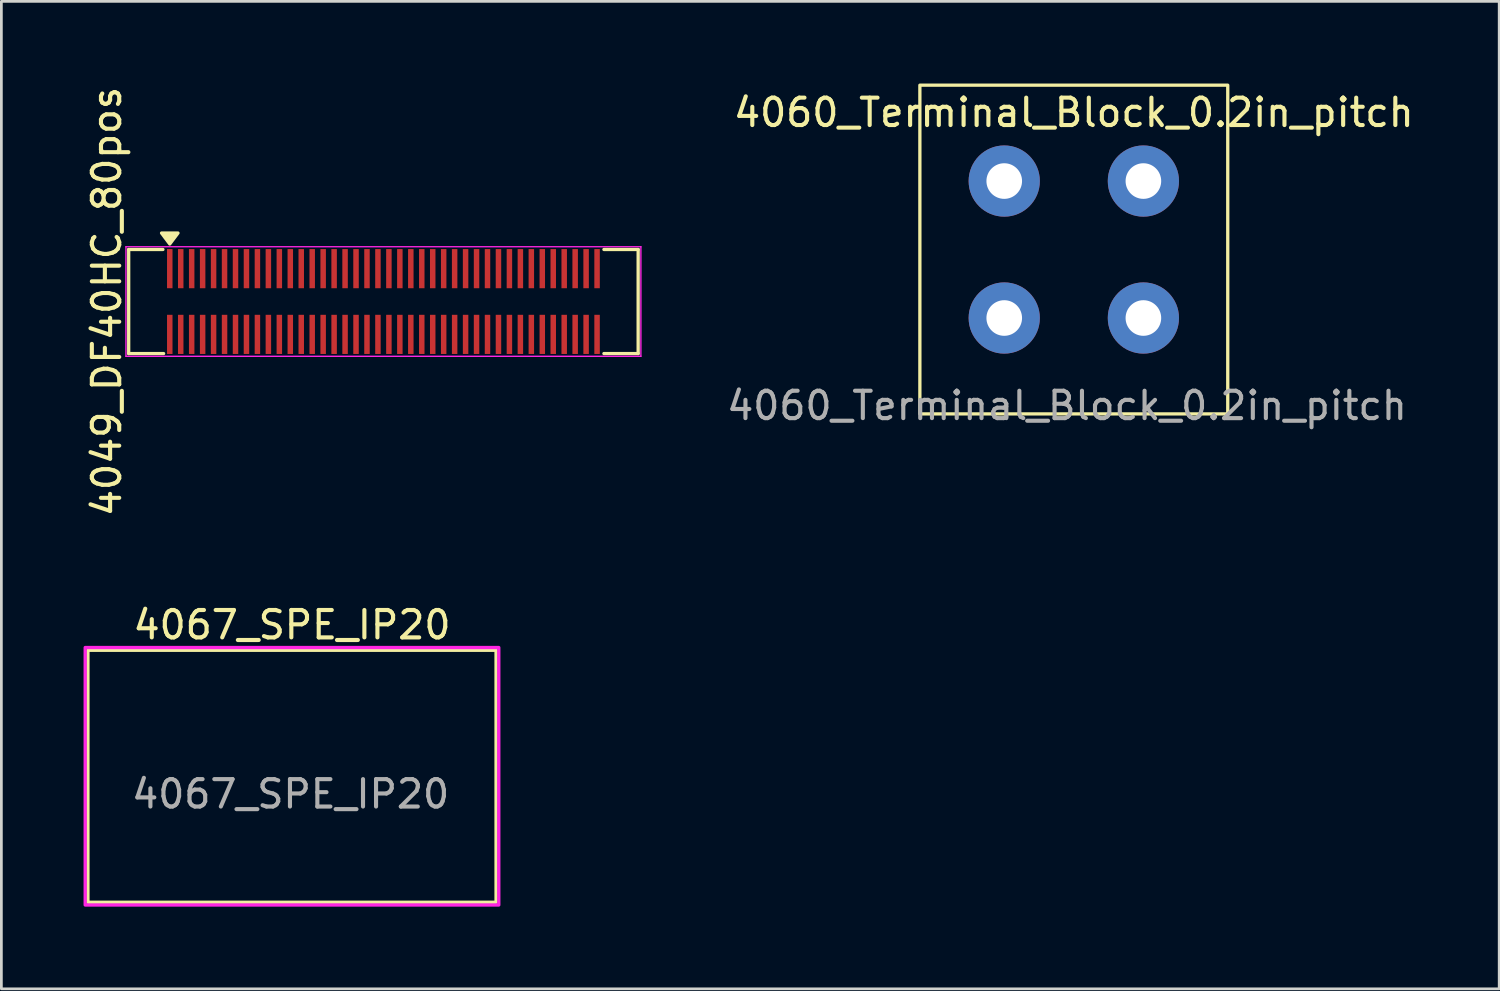
<source format=kicad_pcb>
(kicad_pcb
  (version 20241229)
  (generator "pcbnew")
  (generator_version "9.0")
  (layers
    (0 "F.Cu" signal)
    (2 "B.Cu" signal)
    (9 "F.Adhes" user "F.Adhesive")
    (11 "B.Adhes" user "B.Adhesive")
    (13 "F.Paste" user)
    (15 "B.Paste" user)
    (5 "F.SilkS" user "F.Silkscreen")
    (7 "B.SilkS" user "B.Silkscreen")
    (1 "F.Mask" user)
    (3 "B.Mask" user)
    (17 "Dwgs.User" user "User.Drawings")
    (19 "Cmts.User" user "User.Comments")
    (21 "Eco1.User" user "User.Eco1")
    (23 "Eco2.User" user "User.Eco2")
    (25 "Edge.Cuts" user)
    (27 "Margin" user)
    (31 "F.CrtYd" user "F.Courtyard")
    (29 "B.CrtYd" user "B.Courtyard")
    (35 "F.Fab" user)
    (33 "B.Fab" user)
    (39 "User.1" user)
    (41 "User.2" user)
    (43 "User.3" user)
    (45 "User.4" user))
  (footprint "4060_Terminal_Block_0.2in_pitch"
    (layer "F.Cu")
    (at 36.153 6.06)
    (property "Reference" "4060_Terminal_Block_0.2in_pitch" (at 0 -5 0) (unlocked yes) (layer "F.SilkS") (effects (font (size 1 1) (thickness 0.15))))
    (attr through_hole)
    (fp_rect (start -5.62 -6) (end 5.62 6) (stroke (width 0.12) (type solid)) (fill no) (layer "F.SilkS"))
    (fp_text user "${REFERENCE}" (at -0.25 5.7 0) (unlocked yes) (layer "F.Fab") (effects (font (size 1 1) (thickness 0.15))))
    (pad "1" thru_hole circle (at -2.54 -2.5) (size 2.6 2.6) (drill 1.3) (layers "*.Cu" "*.Mask"))
    (pad "1" thru_hole circle (at -2.54 2.5) (size 2.6 2.6) (drill 1.3) (layers "*.Cu" "*.Mask"))
    (pad "2" thru_hole circle (at 2.54 -2.5) (size 2.6 2.6) (drill 1.3) (layers "*.Cu" "*.Mask"))
    (pad "2" thru_hole circle (at 2.54 2.5) (size 2.6 2.6) (drill 1.3) (layers "*.Cu" "*.Mask")))
  (footprint "4049_DF40HC_80pos"
    (layer "F.Cu")
    (at 10.948 7.958)
    (property "Reference" "4049_DF40HC_80pos" (at -10.1 0 90) (layer "F.SilkS") (effects (font (size 1 1) (thickness 0.15))))
    (attr smd)
    (fp_line (start -9.3 -1.9) (end -9.3 1.9) (stroke (width 0.12) (type solid)) (layer "F.SilkS"))
    (fp_line (start -8.05 -1.9) (end -9.3 -1.9) (stroke (width 0.12) (type solid)) (layer "F.SilkS"))
    (fp_line (start -8.025 1.9) (end -9.3 1.9) (stroke (width 0.12) (type solid)) (layer "F.SilkS"))
    (fp_line (start 9.3 -1.9) (end 8.05 -1.9) (stroke (width 0.12) (type solid)) (layer "F.SilkS"))
    (fp_line (start 9.3 -1.9) (end 9.3 1.9) (stroke (width 0.12) (type solid)) (layer "F.SilkS"))
    (fp_line (start 9.3 1.9) (end 8.05 1.9) (stroke (width 0.12) (type solid)) (layer "F.SilkS"))
    (fp_poly (pts (xy -7.8 -2.1) (xy -8.1 -2.5) (xy -7.5 -2.5)) (stroke (width 0.12) (type solid)) (fill yes) (layer "F.SilkS"))
    (fp_line (start -9.4 -2) (end -9.4 2) (stroke (width 0.05) (type solid)) (layer "F.CrtYd"))
    (fp_line (start -9.4 -2) (end 9.4 -2) (stroke (width 0.05) (type solid)) (layer "F.CrtYd"))
    (fp_line (start -9.4 2) (end 9.4 2) (stroke (width 0.05) (type solid)) (layer "F.CrtYd"))
    (fp_line (start 9.4 -2) (end 9.4 2) (stroke (width 0.05) (type solid)) (layer "F.CrtYd"))
    (pad "1" smd rect (at -7.8 -1.2) (size 0.2 1.43) (layers "F.Cu" "F.Mask" "F.Paste"))
    (pad "2" smd rect (at -7.8 1.2) (size 0.2 1.43) (layers "F.Cu" "F.Mask" "F.Paste"))
    (pad "3" smd rect (at -7.4 -1.2) (size 0.2 1.43) (layers "F.Cu" "F.Mask" "F.Paste"))
    (pad "4" smd rect (at -7.4 1.2) (size 0.2 1.43) (layers "F.Cu" "F.Mask" "F.Paste"))
    (pad "5" smd rect (at -7 -1.2) (size 0.2 1.43) (layers "F.Cu" "F.Mask" "F.Paste"))
    (pad "6" smd rect (at -7 1.2) (size 0.2 1.43) (layers "F.Cu" "F.Mask" "F.Paste"))
    (pad "7" smd rect (at -6.6 -1.2) (size 0.2 1.43) (layers "F.Cu" "F.Mask" "F.Paste"))
    (pad "8" smd rect (at -6.6 1.2) (size 0.2 1.43) (layers "F.Cu" "F.Mask" "F.Paste"))
    (pad "9" smd rect (at -6.2 -1.2) (size 0.2 1.43) (layers "F.Cu" "F.Mask" "F.Paste"))
    (pad "10" smd rect (at -6.2 1.2) (size 0.2 1.43) (layers "F.Cu" "F.Mask" "F.Paste"))
    (pad "11" smd rect (at -5.8 -1.2) (size 0.2 1.43) (layers "F.Cu" "F.Mask" "F.Paste"))
    (pad "12" smd rect (at -5.8 1.2) (size 0.2 1.43) (layers "F.Cu" "F.Mask" "F.Paste"))
    (pad "13" smd rect (at -5.4 -1.2) (size 0.2 1.43) (layers "F.Cu" "F.Mask" "F.Paste"))
    (pad "14" smd rect (at -5.4 1.2) (size 0.2 1.43) (layers "F.Cu" "F.Mask" "F.Paste"))
    (pad "15" smd rect (at -5 -1.2) (size 0.2 1.43) (layers "F.Cu" "F.Mask" "F.Paste"))
    (pad "16" smd rect (at -5 1.2) (size 0.2 1.43) (layers "F.Cu" "F.Mask" "F.Paste"))
    (pad "17" smd rect (at -4.6 -1.2) (size 0.2 1.43) (layers "F.Cu" "F.Mask" "F.Paste"))
    (pad "18" smd rect (at -4.6 1.2) (size 0.2 1.43) (layers "F.Cu" "F.Mask" "F.Paste"))
    (pad "19" smd rect (at -4.2 -1.2) (size 0.2 1.43) (layers "F.Cu" "F.Mask" "F.Paste"))
    (pad "20" smd rect (at -4.2 1.2) (size 0.2 1.43) (layers "F.Cu" "F.Mask" "F.Paste"))
    (pad "21" smd rect (at -3.8 -1.2) (size 0.2 1.43) (layers "F.Cu" "F.Mask" "F.Paste"))
    (pad "22" smd rect (at -3.8 1.2) (size 0.2 1.43) (layers "F.Cu" "F.Mask" "F.Paste"))
    (pad "23" smd rect (at -3.4 -1.2) (size 0.2 1.43) (layers "F.Cu" "F.Mask" "F.Paste"))
    (pad "24" smd rect (at -3.4 1.2) (size 0.2 1.43) (layers "F.Cu" "F.Mask" "F.Paste"))
    (pad "25" smd rect (at -3 -1.2) (size 0.2 1.43) (layers "F.Cu" "F.Mask" "F.Paste"))
    (pad "26" smd rect (at -3 1.2) (size 0.2 1.43) (layers "F.Cu" "F.Mask" "F.Paste"))
    (pad "27" smd rect (at -2.6 -1.2) (size 0.2 1.43) (layers "F.Cu" "F.Mask" "F.Paste"))
    (pad "28" smd rect (at -2.6 1.2) (size 0.2 1.43) (layers "F.Cu" "F.Mask" "F.Paste"))
    (pad "29" smd rect (at -2.2 -1.2) (size 0.2 1.43) (layers "F.Cu" "F.Mask" "F.Paste"))
    (pad "30" smd rect (at -2.2 1.2) (size 0.2 1.43) (layers "F.Cu" "F.Mask" "F.Paste"))
    (pad "31" smd rect (at -1.8 -1.2) (size 0.2 1.43) (layers "F.Cu" "F.Mask" "F.Paste"))
    (pad "32" smd rect (at -1.8 1.2) (size 0.2 1.43) (layers "F.Cu" "F.Mask" "F.Paste"))
    (pad "33" smd rect (at -1.4 -1.2) (size 0.2 1.43) (layers "F.Cu" "F.Mask" "F.Paste"))
    (pad "34" smd rect (at -1.4 1.2) (size 0.2 1.43) (layers "F.Cu" "F.Mask" "F.Paste"))
    (pad "35" smd rect (at -1 -1.2) (size 0.2 1.43) (layers "F.Cu" "F.Mask" "F.Paste"))
    (pad "36" smd rect (at -1 1.2) (size 0.2 1.43) (layers "F.Cu" "F.Mask" "F.Paste"))
    (pad "37" smd rect (at -0.6 -1.2) (size 0.2 1.43) (layers "F.Cu" "F.Mask" "F.Paste"))
    (pad "38" smd rect (at -0.6 1.2) (size 0.2 1.43) (layers "F.Cu" "F.Mask" "F.Paste"))
    (pad "39" smd rect (at -0.2 -1.2) (size 0.2 1.43) (layers "F.Cu" "F.Mask" "F.Paste"))
    (pad "40" smd rect (at -0.2 1.2) (size 0.2 1.43) (layers "F.Cu" "F.Mask" "F.Paste"))
    (pad "41" smd rect (at 0.2 -1.2) (size 0.2 1.43) (layers "F.Cu" "F.Mask" "F.Paste"))
    (pad "42" smd rect (at 0.2 1.2) (size 0.2 1.43) (layers "F.Cu" "F.Mask" "F.Paste"))
    (pad "43" smd rect (at 0.6 -1.2) (size 0.2 1.43) (layers "F.Cu" "F.Mask" "F.Paste"))
    (pad "44" smd rect (at 0.6 1.2) (size 0.2 1.43) (layers "F.Cu" "F.Mask" "F.Paste"))
    (pad "45" smd rect (at 1 -1.2) (size 0.2 1.43) (layers "F.Cu" "F.Mask" "F.Paste"))
    (pad "46" smd rect (at 1 1.2) (size 0.2 1.43) (layers "F.Cu" "F.Mask" "F.Paste"))
    (pad "47" smd rect (at 1.4 -1.2) (size 0.2 1.43) (layers "F.Cu" "F.Mask" "F.Paste"))
    (pad "48" smd rect (at 1.4 1.2) (size 0.2 1.43) (layers "F.Cu" "F.Mask" "F.Paste"))
    (pad "49" smd rect (at 1.8 -1.2) (size 0.2 1.43) (layers "F.Cu" "F.Mask" "F.Paste"))
    (pad "50" smd rect (at 1.8 1.2) (size 0.2 1.43) (layers "F.Cu" "F.Mask" "F.Paste"))
    (pad "51" smd rect (at 2.2 -1.2) (size 0.2 1.43) (layers "F.Cu" "F.Mask" "F.Paste"))
    (pad "52" smd rect (at 2.2 1.2) (size 0.2 1.43) (layers "F.Cu" "F.Mask" "F.Paste"))
    (pad "53" smd rect (at 2.6 -1.2) (size 0.2 1.43) (layers "F.Cu" "F.Mask" "F.Paste"))
    (pad "54" smd rect (at 2.6 1.2) (size 0.2 1.43) (layers "F.Cu" "F.Mask" "F.Paste"))
    (pad "55" smd rect (at 3 -1.2) (size 0.2 1.43) (layers "F.Cu" "F.Mask" "F.Paste"))
    (pad "56" smd rect (at 3 1.2) (size 0.2 1.43) (layers "F.Cu" "F.Mask" "F.Paste"))
    (pad "57" smd rect (at 3.4 -1.2) (size 0.2 1.43) (layers "F.Cu" "F.Mask" "F.Paste"))
    (pad "58" smd rect (at 3.4 1.2) (size 0.2 1.43) (layers "F.Cu" "F.Mask" "F.Paste"))
    (pad "59" smd rect (at 3.8 -1.2) (size 0.2 1.43) (layers "F.Cu" "F.Mask" "F.Paste"))
    (pad "60" smd rect (at 3.8 1.2) (size 0.2 1.43) (layers "F.Cu" "F.Mask" "F.Paste"))
    (pad "61" smd rect (at 4.2 -1.2) (size 0.2 1.43) (layers "F.Cu" "F.Mask" "F.Paste"))
    (pad "62" smd rect (at 4.2 1.2) (size 0.2 1.43) (layers "F.Cu" "F.Mask" "F.Paste"))
    (pad "63" smd rect (at 4.6 -1.2) (size 0.2 1.43) (layers "F.Cu" "F.Mask" "F.Paste"))
    (pad "64" smd rect (at 4.6 1.2) (size 0.2 1.43) (layers "F.Cu" "F.Mask" "F.Paste"))
    (pad "65" smd rect (at 5 -1.2) (size 0.2 1.43) (layers "F.Cu" "F.Mask" "F.Paste"))
    (pad "66" smd rect (at 5 1.2) (size 0.2 1.43) (layers "F.Cu" "F.Mask" "F.Paste"))
    (pad "67" smd rect (at 5.4 -1.2) (size 0.2 1.43) (layers "F.Cu" "F.Mask" "F.Paste"))
    (pad "68" smd rect (at 5.4 1.2) (size 0.2 1.43) (layers "F.Cu" "F.Mask" "F.Paste"))
    (pad "69" smd rect (at 5.8 -1.2) (size 0.2 1.43) (layers "F.Cu" "F.Mask" "F.Paste"))
    (pad "70" smd rect (at 5.8 1.2) (size 0.2 1.43) (layers "F.Cu" "F.Mask" "F.Paste"))
    (pad "71" smd rect (at 6.2 -1.2) (size 0.2 1.43) (layers "F.Cu" "F.Mask" "F.Paste"))
    (pad "72" smd rect (at 6.2 1.2) (size 0.2 1.43) (layers "F.Cu" "F.Mask" "F.Paste"))
    (pad "73" smd rect (at 6.6 -1.2) (size 0.2 1.43) (layers "F.Cu" "F.Mask" "F.Paste"))
    (pad "74" smd rect (at 6.6 1.2) (size 0.2 1.43) (layers "F.Cu" "F.Mask" "F.Paste"))
    (pad "75" smd rect (at 7 -1.2) (size 0.2 1.43) (layers "F.Cu" "F.Mask" "F.Paste"))
    (pad "76" smd rect (at 7 1.2) (size 0.2 1.43) (layers "F.Cu" "F.Mask" "F.Paste"))
    (pad "77" smd rect (at 7.4 -1.2) (size 0.2 1.43) (layers "F.Cu" "F.Mask" "F.Paste"))
    (pad "78" smd rect (at 7.4 1.2) (size 0.2 1.43) (layers "F.Cu" "F.Mask" "F.Paste"))
    (pad "79" smd rect (at 7.8 -1.2) (size 0.2 1.43) (layers "F.Cu" "F.Mask" "F.Paste"))
    (pad "80" smd rect (at 7.8 1.2) (size 0.2 1.43) (layers "F.Cu" "F.Mask" "F.Paste")))
  (footprint "4067_SPE_IP20"
    (layer "F.Cu")
    (at 7.61 25.29)
    (property "Reference" "4067_SPE_IP20" (at 0 -5.525 0) (unlocked yes) (layer "F.SilkS") (effects (font (size 1 1) (thickness 0.15))))
    (attr through_hole)
    (fp_rect (start -7.45 -4.6) (end 7.45 4.6) (stroke (width 0.12) (type solid)) (fill no) (layer "F.SilkS"))
    (fp_rect (start -7.55 -4.7) (end 7.55 4.7) (stroke (width 0.12) (type solid)) (fill no) (layer "F.CrtYd"))
    (fp_text user "${REFERENCE}" (at -0.05 0.65 0) (unlocked yes) (layer "F.Fab") (effects (font (size 1 1) (thickness 0.15)))))
  (gr_rect
    (start -3 -3)
    (end 51.683 33.05)
    (stroke (width 0.1) (type default))
    (fill no)
    (layer "Edge.Cuts")))
</source>
